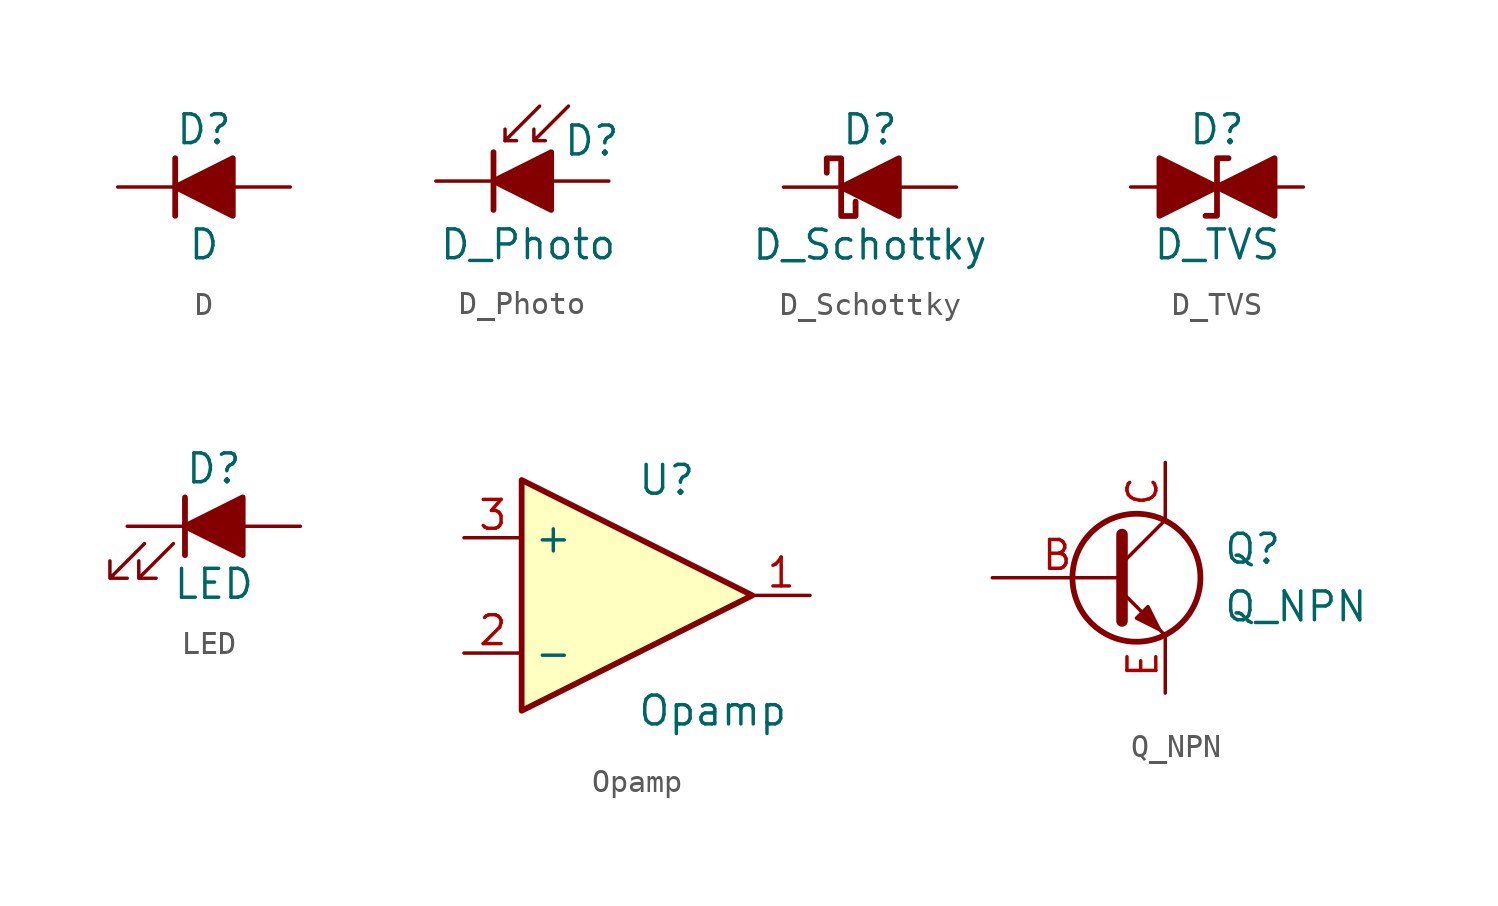
<source format=kicad_sym>
(kicad_symbol_lib
  (version 20211014)
  (generator kicad_symbol_editor)
  (symbol "D"
    (pin_numbers hide)
    (pin_names
      (offset 1.016) hide)
    (property "Reference" "D"
      (at 0 2.54 0)
      (effects (font (size 1.27 1.27))))
    (property "Value" "D"
      (at 0 -2.54 0)
      (effects (font (size 1.27 1.27))))
    (symbol "D_0_1"
      (polyline (pts (xy -1.27 1.27) (xy -1.27 -1.27)) (stroke (width 0.254) (type default) (color 0 0 0 0)) (fill (type none)))
      (polyline (pts (xy 1.27 0) (xy -1.27 0)) (stroke (width 0) (type default) (color 0 0 0 0)) (fill (type none)))
      (polyline (pts (xy 1.27 1.27) (xy 1.27 -1.27) (xy -1.27 0) (xy 1.27 1.27)) (stroke (width 0.254) (type default) (color 0 0 0 0)) (fill (type outline))))
    (symbol "D_1_1"
      (pin passive line (at -3.81 0 0) (length 2.54) (name "K" (effects (font (size 1.27 1.27)))) (number "1" (effects (font (size 1.27 1.27)))))
      (pin passive line (at 3.81 0 180) (length 2.54) (name "A" (effects (font (size 1.27 1.27)))) (number "2" (effects (font (size 1.27 1.27)))))))
  (symbol "D_Photo"
    (pin_numbers hide)
    (pin_names hide)
    (property "Reference" "D"
      (at 0.508 1.778 0)
      (effects (font (size 1.27 1.27)) (justify left)))
    (property "Value" "D_Photo"
      (at -1.016 -2.794 0)
      (effects (font (size 1.27 1.27))))
    (symbol "D_Photo_0_1"
      (polyline (pts (xy -2.54 1.27) (xy -2.54 -1.27)) (stroke (width 0.254) (type default) (color 0 0 0 0)) (fill (type none)))
      (polyline (pts (xy -2.032 1.778) (xy -1.524 1.778)) (stroke (width 0) (type default) (color 0 0 0 0)) (fill (type none)))
      (polyline (pts (xy 0 0) (xy -2.54 0)) (stroke (width 0) (type default) (color 0 0 0 0)) (fill (type none)))
      (polyline (pts (xy -0.508 3.302) (xy -2.032 1.778) (xy -2.032 2.286)) (stroke (width 0) (type default) (color 0 0 0 0)) (fill (type none)))
      (polyline (pts (xy 0 -1.27) (xy 0 1.27) (xy -2.54 0) (xy 0 -1.27)) (stroke (width 0.254) (type default) (color 0 0 0 0)) (fill (type outline)))
      (polyline (pts (xy 0.762 3.302) (xy -0.762 1.778) (xy -0.762 2.286) (xy -0.762 1.778) (xy -0.254 1.778)) (stroke (width 0) (type default) (color 0 0 0 0)) (fill (type none))))
    (symbol "D_Photo_1_1"
      (pin passive line (at -5.08 0 0) (length 2.54) (name "K" (effects (font (size 1.27 1.27)))) (number "1" (effects (font (size 1.27 1.27)))))
      (pin passive line (at 2.54 0 180) (length 2.54) (name "A" (effects (font (size 1.27 1.27)))) (number "2" (effects (font (size 1.27 1.27)))))))
  (symbol "D_Schottky"
    (pin_numbers hide)
    (pin_names
      (offset 1.016) hide)
    (property "Reference" "D"
      (at 0 2.54 0)
      (effects (font (size 1.27 1.27))))
    (property "Value" "D_Schottky"
      (at 0 -2.54 0)
      (effects (font (size 1.27 1.27))))
    (symbol "D_Schottky_0_1"
      (polyline (pts (xy 1.27 0) (xy -1.27 0)) (stroke (width 0) (type default) (color 0 0 0 0)) (fill (type none)))
      (polyline (pts (xy 1.27 1.27) (xy 1.27 -1.27) (xy -1.27 0) (xy 1.27 1.27)) (stroke (width 0.254) (type default) (color 0 0 0 0)) (fill (type outline)))
      (polyline (pts (xy -1.905 0.635) (xy -1.905 1.27) (xy -1.27 1.27) (xy -1.27 -1.27) (xy -0.635 -1.27) (xy -0.635 -0.635)) (stroke (width 0.254) (type default) (color 0 0 0 0)) (fill (type none))))
    (symbol "D_Schottky_1_1"
      (pin passive line (at -3.81 0 0) (length 2.54) (name "K" (effects (font (size 1.27 1.27)))) (number "1" (effects (font (size 1.27 1.27)))))
      (pin passive line (at 3.81 0 180) (length 2.54) (name "A" (effects (font (size 1.27 1.27)))) (number "2" (effects (font (size 1.27 1.27)))))))
  (symbol "D_TVS"
    (pin_numbers hide)
    (pin_names
      (offset 1.016) hide)
    (property "Reference" "D"
      (at 0 2.54 0)
      (effects (font (size 1.27 1.27))))
    (property "Value" "D_TVS"
      (at 0 -2.54 0)
      (effects (font (size 1.27 1.27))))
    (symbol "D_TVS_0_1"
      (polyline (pts (xy 1.27 0) (xy -1.27 0)) (stroke (width 0) (type default) (color 0 0 0 0)) (fill (type none)))
      (polyline (pts (xy -2.54 -1.27) (xy 0 0) (xy -2.54 1.27) (xy -2.54 -1.27)) (stroke (width 0.254) (type default) (color 0 0 0 0)) (fill (type outline)))
      (polyline (pts (xy 0.508 1.27) (xy 0 1.27) (xy 0 -1.27) (xy -0.508 -1.27)) (stroke (width 0.254) (type default) (color 0 0 0 0)) (fill (type none)))
      (polyline (pts (xy 2.54 1.27) (xy 2.54 -1.27) (xy 0 0) (xy 2.54 1.27)) (stroke (width 0.254) (type default) (color 0 0 0 0)) (fill (type outline))))
    (symbol "D_TVS_1_1"
      (pin passive line (at -3.81 0 0) (length 2.54) (name "A1" (effects (font (size 1.27 1.27)))) (number "1" (effects (font (size 1.27 1.27)))))
      (pin passive line (at 3.81 0 180) (length 2.54) (name "A2" (effects (font (size 1.27 1.27)))) (number "2" (effects (font (size 1.27 1.27)))))))
  (symbol "LED"
    (pin_numbers hide)
    (pin_names
      (offset 1.016) hide)
    (property "Reference" "D"
      (at 0 2.54 0)
      (effects (font (size 1.27 1.27))))
    (property "Value" "LED"
      (at 0 -2.54 0)
      (effects (font (size 1.27 1.27))))
    (symbol "LED_0_1"
      (polyline (pts (xy -1.27 -1.27) (xy -1.27 1.27)) (stroke (width 0.254) (type default) (color 0 0 0 0)) (fill (type none)))
      (polyline (pts (xy -1.27 0) (xy 1.27 0)) (stroke (width 0) (type default) (color 0 0 0 0)) (fill (type none)))
      (polyline (pts (xy 1.27 -1.27) (xy 1.27 1.27) (xy -1.27 0) (xy 1.27 -1.27)) (stroke (width 0.254) (type default) (color 0 0 0 0)) (fill (type outline)))
      (polyline (pts (xy -3.048 -0.762) (xy -4.572 -2.286) (xy -3.81 -2.286) (xy -4.572 -2.286) (xy -4.572 -1.524)) (stroke (width 0) (type default) (color 0 0 0 0)) (fill (type none)))
      (polyline (pts (xy -1.778 -0.762) (xy -3.302 -2.286) (xy -2.54 -2.286) (xy -3.302 -2.286) (xy -3.302 -1.524)) (stroke (width 0) (type default) (color 0 0 0 0)) (fill (type none))))
    (symbol "LED_1_1"
      (pin passive line (at -3.81 0 0) (length 2.54) (name "K" (effects (font (size 1.27 1.27)))) (number "1" (effects (font (size 1.27 1.27)))))
      (pin passive line (at 3.81 0 180) (length 2.54) (name "A" (effects (font (size 1.27 1.27)))) (number "2" (effects (font (size 1.27 1.27)))))))
  (symbol "Opamp"
    (property "Reference" "U"
      (at 0 5.08 0)
      (effects (font (size 1.27 1.27)) (justify left)))
    (property "Value" "Opamp"
      (at 0 -5.08 0)
      (effects (font (size 1.27 1.27)) (justify left)))
    (symbol "Opamp_1_1"
      (polyline (pts (xy -5.08 5.08) (xy 5.08 0) (xy -5.08 -5.08) (xy -5.08 5.08)) (stroke (width 0.254) (type default) (color 0 0 0 0)) (fill (type background)))
      (pin output line (at 7.62 0 180) (length 2.54) (name "~" (effects (font (size 1.27 1.27)))) (number "1" (effects (font (size 1.27 1.27)))))
      (pin input line (at -7.62 -2.54 0) (length 2.54) (name "-" (effects (font (size 1.27 1.27)))) (number "2" (effects (font (size 1.27 1.27)))))
      (pin input line (at -7.62 2.54 0) (length 2.54) (name "+" (effects (font (size 1.27 1.27)))) (number "3" (effects (font (size 1.27 1.27)))))))
  (symbol "Q_NPN"
    (pin_names
      (offset 0) hide)
    (property "Reference" "Q"
      (at 5.08 1.27 0)
      (effects (font (size 1.27 1.27)) (justify left)))
    (property "Value" "Q_NPN"
      (at 5.08 -1.27 0)
      (effects (font (size 1.27 1.27)) (justify left)))
    (symbol "Q_NPN_0_1"
      (polyline (pts (xy 0.635 0.635) (xy 2.54 2.54)) (stroke (width 0) (type default) (color 0 0 0 0)) (fill (type none)))
      (polyline (pts (xy 0.635 -0.635) (xy 2.54 -2.54) (xy 2.54 -2.54)) (stroke (width 0) (type default) (color 0 0 0 0)) (fill (type none)))
      (polyline (pts (xy 0.635 1.905) (xy 0.635 -1.905) (xy 0.635 -1.905)) (stroke (width 0.508) (type default) (color 0 0 0 0)) (fill (type none)))
      (polyline (pts (xy 1.27 -1.778) (xy 1.778 -1.27) (xy 2.286 -2.286) (xy 1.27 -1.778) (xy 1.27 -1.778)) (stroke (width 0) (type default) (color 0 0 0 0)) (fill (type outline)))
      (circle (center 1.27 0) (radius 2.819) (stroke (width 0.254) (type default) (color 0 0 0 0)) (fill (type none))))
    (symbol "Q_NPN_1_1"
      (pin input line (at -5.08 0 0) (length 5.715) (name "B" (effects (font (size 1.27 1.27)))) (number "B" (effects (font (size 1.27 1.27)))))
      (pin passive line (at 2.54 5.08 270) (length 2.54) (name "C" (effects (font (size 1.27 1.27)))) (number "C" (effects (font (size 1.27 1.27)))))
      (pin passive line (at 2.54 -5.08 90) (length 2.54) (name "E" (effects (font (size 1.27 1.27)))) (number "E" (effects (font (size 1.27 1.27))))))))
</source>
